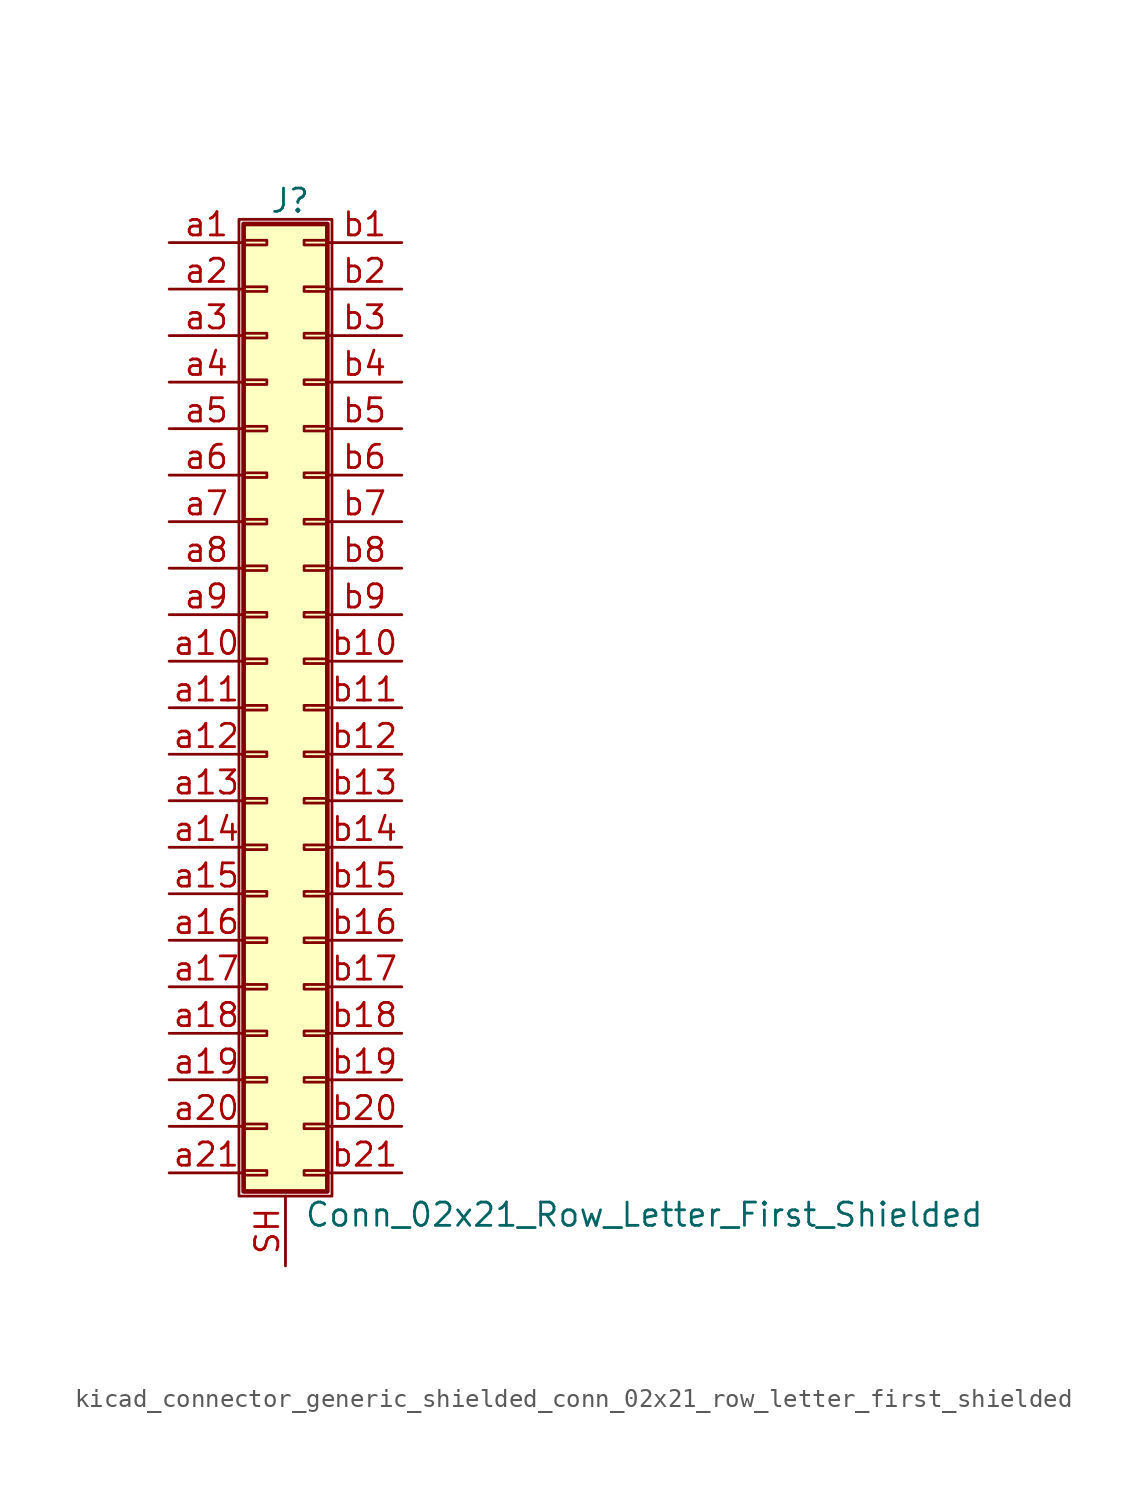
<source format=kicad_sym>
(kicad_symbol_lib
  (version 20220914)
  (generator kicad_symbol_editor)
  (symbol "kicad_connector_generic_shielded_conn_02x21_row_letter_first_shielded"
    (pin_names
      (offset 1.016) hide)
    (property "Reference" "J"
      (at 1.524 27.686 0)
      (effects (font (size 1.27 1.27))))
    (property "Value" "Conn_02x21_Row_Letter_First_Shielded"
      (at 2.286 -27.686 0)
      (effects (font (size 1.27 1.27)) (justify left)))
    (symbol "kicad_connector_generic_shielded_conn_02x21_row_letter_first_shielded_1_1"
      (rectangle (start -1.27 26.67) (end 3.81 -26.67) (stroke (width 0.152) (type default)) (fill (type none)))
      (rectangle (start -1.016 -25.273) (end 0.254 -25.527) (stroke (width 0.152) (type default)) (fill (type none)))
      (rectangle (start -1.016 -22.733) (end 0.254 -22.987) (stroke (width 0.152) (type default)) (fill (type none)))
      (rectangle (start -1.016 -20.193) (end 0.254 -20.447) (stroke (width 0.152) (type default)) (fill (type none)))
      (rectangle (start -1.016 -17.653) (end 0.254 -17.907) (stroke (width 0.152) (type default)) (fill (type none)))
      (rectangle (start -1.016 -15.113) (end 0.254 -15.367) (stroke (width 0.152) (type default)) (fill (type none)))
      (rectangle (start -1.016 -12.573) (end 0.254 -12.827) (stroke (width 0.152) (type default)) (fill (type none)))
      (rectangle (start -1.016 -10.033) (end 0.254 -10.287) (stroke (width 0.152) (type default)) (fill (type none)))
      (rectangle (start -1.016 -7.493) (end 0.254 -7.747) (stroke (width 0.152) (type default)) (fill (type none)))
      (rectangle (start -1.016 -4.953) (end 0.254 -5.207) (stroke (width 0.152) (type default)) (fill (type none)))
      (rectangle (start -1.016 -2.413) (end 0.254 -2.667) (stroke (width 0.152) (type default)) (fill (type none)))
      (rectangle (start -1.016 0.127) (end 0.254 -0.127) (stroke (width 0.152) (type default)) (fill (type none)))
      (rectangle (start -1.016 2.667) (end 0.254 2.413) (stroke (width 0.152) (type default)) (fill (type none)))
      (rectangle (start -1.016 5.207) (end 0.254 4.953) (stroke (width 0.152) (type default)) (fill (type none)))
      (rectangle (start -1.016 7.747) (end 0.254 7.493) (stroke (width 0.152) (type default)) (fill (type none)))
      (rectangle (start -1.016 10.287) (end 0.254 10.033) (stroke (width 0.152) (type default)) (fill (type none)))
      (rectangle (start -1.016 12.827) (end 0.254 12.573) (stroke (width 0.152) (type default)) (fill (type none)))
      (rectangle (start -1.016 15.367) (end 0.254 15.113) (stroke (width 0.152) (type default)) (fill (type none)))
      (rectangle (start -1.016 17.907) (end 0.254 17.653) (stroke (width 0.152) (type default)) (fill (type none)))
      (rectangle (start -1.016 20.447) (end 0.254 20.193) (stroke (width 0.152) (type default)) (fill (type none)))
      (rectangle (start -1.016 22.987) (end 0.254 22.733) (stroke (width 0.152) (type default)) (fill (type none)))
      (rectangle (start -1.016 25.527) (end 0.254 25.273) (stroke (width 0.152) (type default)) (fill (type none)))
      (rectangle (start -1.016 26.416) (end 3.556 -26.416) (stroke (width 0.254) (type default)) (fill (type background)))
      (rectangle (start 3.556 -25.273) (end 2.286 -25.527) (stroke (width 0.152) (type default)) (fill (type none)))
      (rectangle (start 3.556 -22.733) (end 2.286 -22.987) (stroke (width 0.152) (type default)) (fill (type none)))
      (rectangle (start 3.556 -20.193) (end 2.286 -20.447) (stroke (width 0.152) (type default)) (fill (type none)))
      (rectangle (start 3.556 -17.653) (end 2.286 -17.907) (stroke (width 0.152) (type default)) (fill (type none)))
      (rectangle (start 3.556 -15.113) (end 2.286 -15.367) (stroke (width 0.152) (type default)) (fill (type none)))
      (rectangle (start 3.556 -12.573) (end 2.286 -12.827) (stroke (width 0.152) (type default)) (fill (type none)))
      (rectangle (start 3.556 -10.033) (end 2.286 -10.287) (stroke (width 0.152) (type default)) (fill (type none)))
      (rectangle (start 3.556 -7.493) (end 2.286 -7.747) (stroke (width 0.152) (type default)) (fill (type none)))
      (rectangle (start 3.556 -4.953) (end 2.286 -5.207) (stroke (width 0.152) (type default)) (fill (type none)))
      (rectangle (start 3.556 -2.413) (end 2.286 -2.667) (stroke (width 0.152) (type default)) (fill (type none)))
      (rectangle (start 3.556 0.127) (end 2.286 -0.127) (stroke (width 0.152) (type default)) (fill (type none)))
      (rectangle (start 3.556 2.667) (end 2.286 2.413) (stroke (width 0.152) (type default)) (fill (type none)))
      (rectangle (start 3.556 5.207) (end 2.286 4.953) (stroke (width 0.152) (type default)) (fill (type none)))
      (rectangle (start 3.556 7.747) (end 2.286 7.493) (stroke (width 0.152) (type default)) (fill (type none)))
      (rectangle (start 3.556 10.287) (end 2.286 10.033) (stroke (width 0.152) (type default)) (fill (type none)))
      (rectangle (start 3.556 12.827) (end 2.286 12.573) (stroke (width 0.152) (type default)) (fill (type none)))
      (rectangle (start 3.556 15.367) (end 2.286 15.113) (stroke (width 0.152) (type default)) (fill (type none)))
      (rectangle (start 3.556 17.907) (end 2.286 17.653) (stroke (width 0.152) (type default)) (fill (type none)))
      (rectangle (start 3.556 20.447) (end 2.286 20.193) (stroke (width 0.152) (type default)) (fill (type none)))
      (rectangle (start 3.556 22.987) (end 2.286 22.733) (stroke (width 0.152) (type default)) (fill (type none)))
      (rectangle (start 3.556 25.527) (end 2.286 25.273) (stroke (width 0.152) (type default)) (fill (type none)))
      (pin passive line (at 1.27 -30.48 90) (length 3.81) (name "Shield" (effects (font (size 1.27 1.27)))) (number "SH" (effects (font (size 1.27 1.27)))))
      (pin passive line (at -5.08 25.4 0) (length 4.064) (name "Pin_a1" (effects (font (size 1.27 1.27)))) (number "a1" (effects (font (size 1.27 1.27)))))
      (pin passive line (at -5.08 2.54 0) (length 4.064) (name "Pin_a10" (effects (font (size 1.27 1.27)))) (number "a10" (effects (font (size 1.27 1.27)))))
      (pin passive line (at -5.08 0 0) (length 4.064) (name "Pin_a11" (effects (font (size 1.27 1.27)))) (number "a11" (effects (font (size 1.27 1.27)))))
      (pin passive line (at -5.08 -2.54 0) (length 4.064) (name "Pin_a12" (effects (font (size 1.27 1.27)))) (number "a12" (effects (font (size 1.27 1.27)))))
      (pin passive line (at -5.08 -5.08 0) (length 4.064) (name "Pin_a13" (effects (font (size 1.27 1.27)))) (number "a13" (effects (font (size 1.27 1.27)))))
      (pin passive line (at -5.08 -7.62 0) (length 4.064) (name "Pin_a14" (effects (font (size 1.27 1.27)))) (number "a14" (effects (font (size 1.27 1.27)))))
      (pin passive line (at -5.08 -10.16 0) (length 4.064) (name "Pin_a15" (effects (font (size 1.27 1.27)))) (number "a15" (effects (font (size 1.27 1.27)))))
      (pin passive line (at -5.08 -12.7 0) (length 4.064) (name "Pin_a16" (effects (font (size 1.27 1.27)))) (number "a16" (effects (font (size 1.27 1.27)))))
      (pin passive line (at -5.08 -15.24 0) (length 4.064) (name "Pin_a17" (effects (font (size 1.27 1.27)))) (number "a17" (effects (font (size 1.27 1.27)))))
      (pin passive line (at -5.08 -17.78 0) (length 4.064) (name "Pin_a18" (effects (font (size 1.27 1.27)))) (number "a18" (effects (font (size 1.27 1.27)))))
      (pin passive line (at -5.08 -20.32 0) (length 4.064) (name "Pin_a19" (effects (font (size 1.27 1.27)))) (number "a19" (effects (font (size 1.27 1.27)))))
      (pin passive line (at -5.08 22.86 0) (length 4.064) (name "Pin_a2" (effects (font (size 1.27 1.27)))) (number "a2" (effects (font (size 1.27 1.27)))))
      (pin passive line (at -5.08 -22.86 0) (length 4.064) (name "Pin_a20" (effects (font (size 1.27 1.27)))) (number "a20" (effects (font (size 1.27 1.27)))))
      (pin passive line (at -5.08 -25.4 0) (length 4.064) (name "Pin_a21" (effects (font (size 1.27 1.27)))) (number "a21" (effects (font (size 1.27 1.27)))))
      (pin passive line (at -5.08 20.32 0) (length 4.064) (name "Pin_a3" (effects (font (size 1.27 1.27)))) (number "a3" (effects (font (size 1.27 1.27)))))
      (pin passive line (at -5.08 17.78 0) (length 4.064) (name "Pin_a4" (effects (font (size 1.27 1.27)))) (number "a4" (effects (font (size 1.27 1.27)))))
      (pin passive line (at -5.08 15.24 0) (length 4.064) (name "Pin_a5" (effects (font (size 1.27 1.27)))) (number "a5" (effects (font (size 1.27 1.27)))))
      (pin passive line (at -5.08 12.7 0) (length 4.064) (name "Pin_a6" (effects (font (size 1.27 1.27)))) (number "a6" (effects (font (size 1.27 1.27)))))
      (pin passive line (at -5.08 10.16 0) (length 4.064) (name "Pin_a7" (effects (font (size 1.27 1.27)))) (number "a7" (effects (font (size 1.27 1.27)))))
      (pin passive line (at -5.08 7.62 0) (length 4.064) (name "Pin_a8" (effects (font (size 1.27 1.27)))) (number "a8" (effects (font (size 1.27 1.27)))))
      (pin passive line (at -5.08 5.08 0) (length 4.064) (name "Pin_a9" (effects (font (size 1.27 1.27)))) (number "a9" (effects (font (size 1.27 1.27)))))
      (pin passive line (at 7.62 25.4 180) (length 4.064) (name "Pin_b1" (effects (font (size 1.27 1.27)))) (number "b1" (effects (font (size 1.27 1.27)))))
      (pin passive line (at 7.62 2.54 180) (length 4.064) (name "Pin_b10" (effects (font (size 1.27 1.27)))) (number "b10" (effects (font (size 1.27 1.27)))))
      (pin passive line (at 7.62 0 180) (length 4.064) (name "Pin_b11" (effects (font (size 1.27 1.27)))) (number "b11" (effects (font (size 1.27 1.27)))))
      (pin passive line (at 7.62 -2.54 180) (length 4.064) (name "Pin_b12" (effects (font (size 1.27 1.27)))) (number "b12" (effects (font (size 1.27 1.27)))))
      (pin passive line (at 7.62 -5.08 180) (length 4.064) (name "Pin_b13" (effects (font (size 1.27 1.27)))) (number "b13" (effects (font (size 1.27 1.27)))))
      (pin passive line (at 7.62 -7.62 180) (length 4.064) (name "Pin_b14" (effects (font (size 1.27 1.27)))) (number "b14" (effects (font (size 1.27 1.27)))))
      (pin passive line (at 7.62 -10.16 180) (length 4.064) (name "Pin_b15" (effects (font (size 1.27 1.27)))) (number "b15" (effects (font (size 1.27 1.27)))))
      (pin passive line (at 7.62 -12.7 180) (length 4.064) (name "Pin_b16" (effects (font (size 1.27 1.27)))) (number "b16" (effects (font (size 1.27 1.27)))))
      (pin passive line (at 7.62 -15.24 180) (length 4.064) (name "Pin_b17" (effects (font (size 1.27 1.27)))) (number "b17" (effects (font (size 1.27 1.27)))))
      (pin passive line (at 7.62 -17.78 180) (length 4.064) (name "Pin_b18" (effects (font (size 1.27 1.27)))) (number "b18" (effects (font (size 1.27 1.27)))))
      (pin passive line (at 7.62 -20.32 180) (length 4.064) (name "Pin_b19" (effects (font (size 1.27 1.27)))) (number "b19" (effects (font (size 1.27 1.27)))))
      (pin passive line (at 7.62 22.86 180) (length 4.064) (name "Pin_b2" (effects (font (size 1.27 1.27)))) (number "b2" (effects (font (size 1.27 1.27)))))
      (pin passive line (at 7.62 -22.86 180) (length 4.064) (name "Pin_b20" (effects (font (size 1.27 1.27)))) (number "b20" (effects (font (size 1.27 1.27)))))
      (pin passive line (at 7.62 -25.4 180) (length 4.064) (name "Pin_b21" (effects (font (size 1.27 1.27)))) (number "b21" (effects (font (size 1.27 1.27)))))
      (pin passive line (at 7.62 20.32 180) (length 4.064) (name "Pin_b3" (effects (font (size 1.27 1.27)))) (number "b3" (effects (font (size 1.27 1.27)))))
      (pin passive line (at 7.62 17.78 180) (length 4.064) (name "Pin_b4" (effects (font (size 1.27 1.27)))) (number "b4" (effects (font (size 1.27 1.27)))))
      (pin passive line (at 7.62 15.24 180) (length 4.064) (name "Pin_b5" (effects (font (size 1.27 1.27)))) (number "b5" (effects (font (size 1.27 1.27)))))
      (pin passive line (at 7.62 12.7 180) (length 4.064) (name "Pin_b6" (effects (font (size 1.27 1.27)))) (number "b6" (effects (font (size 1.27 1.27)))))
      (pin passive line (at 7.62 10.16 180) (length 4.064) (name "Pin_b7" (effects (font (size 1.27 1.27)))) (number "b7" (effects (font (size 1.27 1.27)))))
      (pin passive line (at 7.62 7.62 180) (length 4.064) (name "Pin_b8" (effects (font (size 1.27 1.27)))) (number "b8" (effects (font (size 1.27 1.27)))))
      (pin passive line (at 7.62 5.08 180) (length 4.064) (name "Pin_b9" (effects (font (size 1.27 1.27)))) (number "b9" (effects (font (size 1.27 1.27))))))))
</source>
